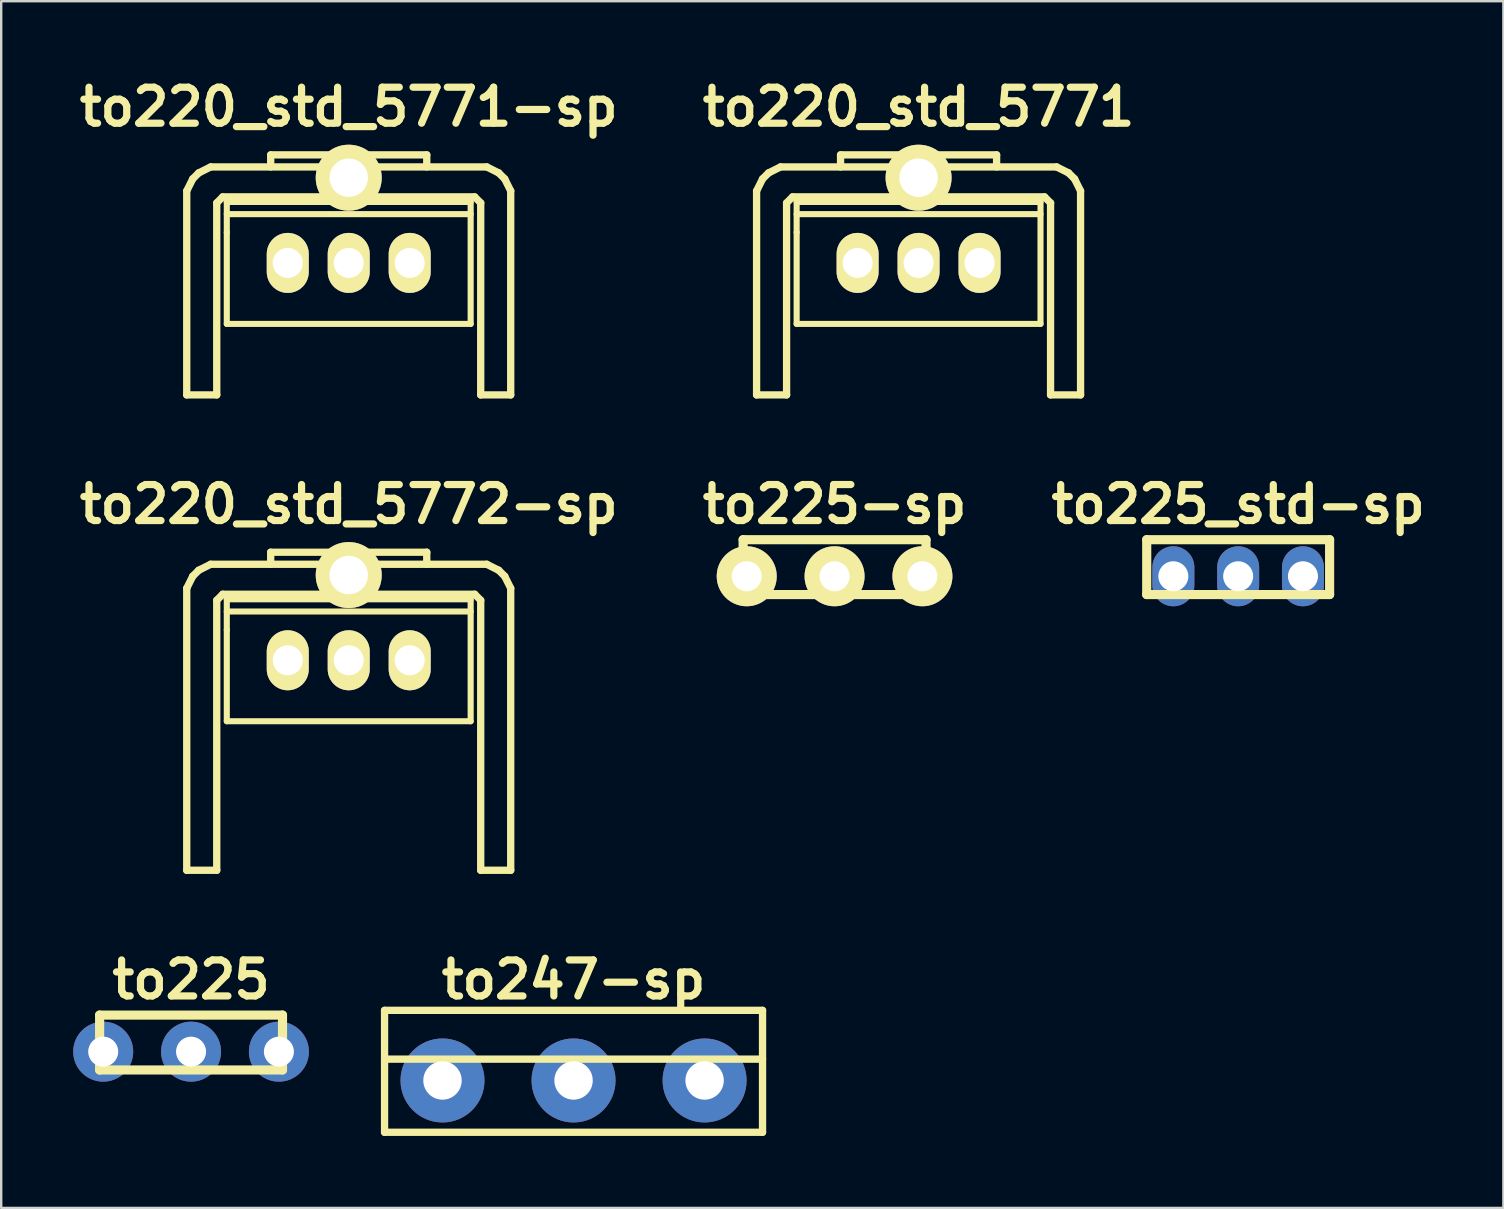
<source format=kicad_pcb>
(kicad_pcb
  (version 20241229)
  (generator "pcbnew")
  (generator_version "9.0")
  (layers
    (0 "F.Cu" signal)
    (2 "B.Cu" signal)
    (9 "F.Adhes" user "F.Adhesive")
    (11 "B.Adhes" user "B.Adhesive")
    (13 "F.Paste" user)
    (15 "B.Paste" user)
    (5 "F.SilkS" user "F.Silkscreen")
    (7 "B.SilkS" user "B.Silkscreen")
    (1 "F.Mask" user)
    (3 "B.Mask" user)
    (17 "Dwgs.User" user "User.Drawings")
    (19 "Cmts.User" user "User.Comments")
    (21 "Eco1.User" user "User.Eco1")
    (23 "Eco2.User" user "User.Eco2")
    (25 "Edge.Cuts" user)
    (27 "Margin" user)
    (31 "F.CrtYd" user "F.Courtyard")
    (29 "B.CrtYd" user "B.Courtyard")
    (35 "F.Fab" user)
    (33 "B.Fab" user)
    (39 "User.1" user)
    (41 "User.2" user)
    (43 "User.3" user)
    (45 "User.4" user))
  (footprint "to220_std_5771-sp"
    (layer "F.Cu")
    (at 11.479 7.904)
    (property "Reference" "to220_std_5771-sp" (at 0 -6.5 0) (layer "F.SilkS") (effects (font (size 1.5 1.5) (thickness 0.3))))
    (attr through_hole)
    (fp_line (start -6.749 -3) (end -6.749 5.499) (stroke (width 0.305) (type solid)) (layer "F.SilkS"))
    (fp_line (start -6.749 -3) (end -6.5 -3.5) (stroke (width 0.305) (type solid)) (layer "F.SilkS"))
    (fp_line (start -6.5 -3.5) (end -6.251 -3.749) (stroke (width 0.305) (type solid)) (layer "F.SilkS"))
    (fp_line (start -6.251 -3.749) (end -5.751 -4) (stroke (width 0.305) (type solid)) (layer "F.SilkS"))
    (fp_line (start -5.499 -2.499) (end -5.25 -2.751) (stroke (width 0.305) (type solid)) (layer "F.SilkS"))
    (fp_line (start -5.499 5.499) (end -6.749 5.499) (stroke (width 0.305) (type solid)) (layer "F.SilkS"))
    (fp_line (start -5.499 5.499) (end -5.499 -2.499) (stroke (width 0.305) (type solid)) (layer "F.SilkS"))
    (fp_line (start -5.25 -2.751) (end 5.25 -2.751) (stroke (width 0.305) (type solid)) (layer "F.SilkS"))
    (fp_line (start -5.08 -2.54) (end -5.08 -1.27) (stroke (width 0.254) (type solid)) (layer "F.SilkS"))
    (fp_line (start -5.08 -2.032) (end 5.08 -2.032) (stroke (width 0.254) (type solid)) (layer "F.SilkS"))
    (fp_line (start -5.08 -1.27) (end -5.08 2.54) (stroke (width 0.254) (type solid)) (layer "F.SilkS"))
    (fp_line (start -5.08 2.54) (end 5.08 2.54) (stroke (width 0.254) (type solid)) (layer "F.SilkS"))
    (fp_line (start -3.251 -4.501) (end 3.251 -4.501) (stroke (width 0.305) (type solid)) (layer "F.SilkS"))
    (fp_line (start -3.251 -4) (end -3.251 -4.501) (stroke (width 0.305) (type solid)) (layer "F.SilkS"))
    (fp_line (start 3.251 -4.501) (end 3.251 -4) (stroke (width 0.305) (type solid)) (layer "F.SilkS"))
    (fp_line (start 5.08 -2.54) (end -5.08 -2.54) (stroke (width 0.254) (type solid)) (layer "F.SilkS"))
    (fp_line (start 5.08 2.54) (end 5.08 -2.54) (stroke (width 0.254) (type solid)) (layer "F.SilkS"))
    (fp_line (start 5.25 -2.751) (end 5.499 -2.499) (stroke (width 0.305) (type solid)) (layer "F.SilkS"))
    (fp_line (start 5.499 5.499) (end 5.499 -2.499) (stroke (width 0.305) (type solid)) (layer "F.SilkS"))
    (fp_line (start 5.751 -4) (end -5.751 -4) (stroke (width 0.305) (type solid)) (layer "F.SilkS"))
    (fp_line (start 5.751 -4) (end 6.251 -3.749) (stroke (width 0.305) (type solid)) (layer "F.SilkS"))
    (fp_line (start 6.251 -3.749) (end 6.5 -3.5) (stroke (width 0.305) (type solid)) (layer "F.SilkS"))
    (fp_line (start 6.5 -3.5) (end 6.749 -3) (stroke (width 0.305) (type solid)) (layer "F.SilkS"))
    (fp_line (start 6.749 -3) (end 6.749 5.499) (stroke (width 0.305) (type solid)) (layer "F.SilkS"))
    (fp_line (start 6.749 5.499) (end 5.499 5.499) (stroke (width 0.305) (type solid)) (layer "F.SilkS"))
    (pad "" thru_hole circle (at 0 -3.55) (size 2.75 2.75) (drill 1.6) (layers "*.Cu" "*.Mask" "F.SilkS"))
    (pad "1" thru_hole oval (at -2.54 0) (size 1.75 2.5) (drill 1.25) (layers "*.Cu" "*.Mask" "F.SilkS"))
    (pad "2" thru_hole oval (at 0 0) (size 1.75 2.5) (drill 1.25) (layers "*.Cu" "*.Mask" "F.SilkS"))
    (pad "3" thru_hole oval (at 2.54 0) (size 1.75 2.5) (drill 1.25) (layers "*.Cu" "*.Mask" "F.SilkS")))
  (footprint "to225_std-sp"
    (layer "F.Cu")
    (at 48.536 20.959)
    (property "Reference" "to225_std-sp" (at 0 -3 0) (layer "F.SilkS") (effects (font (size 1.5 1.5) (thickness 0.3))))
    (attr through_hole)
    (fp_line (start -3.81 -1.524) (end 3.81 -1.524) (stroke (width 0.381) (type solid)) (layer "F.SilkS"))
    (fp_line (start -3.81 0.762) (end -3.81 -1.524) (stroke (width 0.381) (type solid)) (layer "F.SilkS"))
    (fp_line (start 3.81 -1.524) (end 3.81 0.762) (stroke (width 0.381) (type solid)) (layer "F.SilkS"))
    (fp_line (start 3.81 0.762) (end -3.81 0.762) (stroke (width 0.381) (type solid)) (layer "F.SilkS"))
    (pad "1" thru_hole oval (at -2.7 0) (size 1.75 2.5) (drill 1.25) (layers "*.Cu" "*.Mask"))
    (pad "2" thru_hole oval (at 0 0) (size 1.75 2.5) (drill 1.25) (layers "*.Cu" "*.Mask"))
    (pad "3" thru_hole oval (at 2.7 0) (size 1.75 2.5) (drill 1.25) (layers "*.Cu" "*.Mask")))
  (footprint "to220_std_5772-sp"
    (layer "F.Cu")
    (at 11.479 24.459)
    (property "Reference" "to220_std_5772-sp" (at 0 -6.5 0) (layer "F.SilkS") (effects (font (size 1.5 1.5) (thickness 0.3))))
    (attr through_hole)
    (fp_line (start -6.749 -3) (end -6.749 8.75) (stroke (width 0.305) (type solid)) (layer "F.SilkS"))
    (fp_line (start -6.749 -3) (end -6.5 -3.5) (stroke (width 0.305) (type solid)) (layer "F.SilkS"))
    (fp_line (start -6.5 -3.5) (end -6.251 -3.749) (stroke (width 0.305) (type solid)) (layer "F.SilkS"))
    (fp_line (start -6.251 -3.749) (end -5.751 -4) (stroke (width 0.305) (type solid)) (layer "F.SilkS"))
    (fp_line (start -5.499 -2.499) (end -5.25 -2.751) (stroke (width 0.305) (type solid)) (layer "F.SilkS"))
    (fp_line (start -5.499 8.75) (end -6.749 8.75) (stroke (width 0.305) (type solid)) (layer "F.SilkS"))
    (fp_line (start -5.499 8.75) (end -5.499 -2.499) (stroke (width 0.305) (type solid)) (layer "F.SilkS"))
    (fp_line (start -5.25 -2.751) (end 5.25 -2.751) (stroke (width 0.305) (type solid)) (layer "F.SilkS"))
    (fp_line (start -5.08 -2.54) (end -5.08 -1.27) (stroke (width 0.254) (type solid)) (layer "F.SilkS"))
    (fp_line (start -5.08 -2.032) (end 5.08 -2.032) (stroke (width 0.254) (type solid)) (layer "F.SilkS"))
    (fp_line (start -5.08 -1.27) (end -5.08 2.54) (stroke (width 0.254) (type solid)) (layer "F.SilkS"))
    (fp_line (start -5.08 2.54) (end 5.08 2.54) (stroke (width 0.254) (type solid)) (layer "F.SilkS"))
    (fp_line (start -3.251 -4.501) (end 3.251 -4.501) (stroke (width 0.305) (type solid)) (layer "F.SilkS"))
    (fp_line (start -3.251 -4) (end -3.251 -4.501) (stroke (width 0.305) (type solid)) (layer "F.SilkS"))
    (fp_line (start 3.251 -4.501) (end 3.251 -4) (stroke (width 0.305) (type solid)) (layer "F.SilkS"))
    (fp_line (start 5.08 -2.54) (end -5.08 -2.54) (stroke (width 0.254) (type solid)) (layer "F.SilkS"))
    (fp_line (start 5.08 2.54) (end 5.08 -2.54) (stroke (width 0.254) (type solid)) (layer "F.SilkS"))
    (fp_line (start 5.25 -2.751) (end 5.499 -2.499) (stroke (width 0.305) (type solid)) (layer "F.SilkS"))
    (fp_line (start 5.499 -2.499) (end 5.499 8.75) (stroke (width 0.305) (type solid)) (layer "F.SilkS"))
    (fp_line (start 5.751 -4) (end -5.751 -4) (stroke (width 0.305) (type solid)) (layer "F.SilkS"))
    (fp_line (start 5.751 -4) (end 6.251 -3.749) (stroke (width 0.305) (type solid)) (layer "F.SilkS"))
    (fp_line (start 6.251 -3.749) (end 6.5 -3.5) (stroke (width 0.305) (type solid)) (layer "F.SilkS"))
    (fp_line (start 6.5 -3.5) (end 6.749 -3) (stroke (width 0.305) (type solid)) (layer "F.SilkS"))
    (fp_line (start 6.749 -3) (end 6.749 8.75) (stroke (width 0.305) (type solid)) (layer "F.SilkS"))
    (fp_line (start 6.749 8.75) (end 5.499 8.75) (stroke (width 0.305) (type solid)) (layer "F.SilkS"))
    (pad "" thru_hole circle (at 0 -3.55) (size 2.75 2.75) (drill 1.6) (layers "*.Cu" "*.Mask" "F.SilkS"))
    (pad "1" thru_hole oval (at -2.54 0) (size 1.75 2.5) (drill 1.25) (layers "*.Cu" "*.Mask" "F.SilkS"))
    (pad "2" thru_hole oval (at 0 0) (size 1.75 2.5) (drill 1.25) (layers "*.Cu" "*.Mask" "F.SilkS"))
    (pad "3" thru_hole oval (at 2.54 0) (size 1.75 2.5) (drill 1.25) (layers "*.Cu" "*.Mask" "F.SilkS")))
  (footprint "to225-sp"
    (layer "F.Cu")
    (at 31.721 20.959)
    (property "Reference" "to225-sp" (at 0 -3 0) (layer "F.SilkS") (effects (font (size 1.5 1.5) (thickness 0.3))))
    (attr through_hole)
    (fp_line (start -3.81 -1.524) (end 3.81 -1.524) (stroke (width 0.381) (type solid)) (layer "F.SilkS"))
    (fp_line (start -3.81 0.762) (end -3.81 -1.524) (stroke (width 0.381) (type solid)) (layer "F.SilkS"))
    (fp_line (start 3.81 -1.524) (end 3.81 0.762) (stroke (width 0.381) (type solid)) (layer "F.SilkS"))
    (fp_line (start 3.81 0.762) (end -3.81 0.762) (stroke (width 0.381) (type solid)) (layer "F.SilkS"))
    (pad "1" thru_hole circle (at -3.66 0) (size 2.5 2.5) (drill 1.25) (layers "*.Cu" "*.Mask" "F.SilkS"))
    (pad "2" thru_hole circle (at 0 0) (size 2.5 2.5) (drill 1.25) (layers "*.Cu" "*.Mask" "F.SilkS"))
    (pad "3" thru_hole circle (at 3.66 0) (size 2.5 2.5) (drill 1.25) (layers "*.Cu" "*.Mask" "F.SilkS")))
  (footprint "to247-sp"
    (layer "F.Cu")
    (at 20.846 41.966)
    (property "Reference" "to247-sp" (at 0 -4.2 0) (layer "F.SilkS") (effects (font (size 1.5 1.5) (thickness 0.3))))
    (attr through_hole)
    (fp_line (start -7.874 -2.921) (end -7.874 2.159) (stroke (width 0.305) (type solid)) (layer "F.SilkS"))
    (fp_line (start -7.874 2.159) (end 7.874 2.159) (stroke (width 0.305) (type solid)) (layer "F.SilkS"))
    (fp_line (start 7.874 -2.921) (end -7.874 -2.921) (stroke (width 0.305) (type solid)) (layer "F.SilkS"))
    (fp_line (start 7.874 -0.889) (end -7.874 -0.889) (stroke (width 0.305) (type solid)) (layer "F.SilkS"))
    (fp_line (start 7.874 2.159) (end 7.874 -2.921) (stroke (width 0.305) (type solid)) (layer "F.SilkS"))
    (pad "1" thru_hole circle (at -5.46 0) (size 3.5 3.5) (drill 1.6) (layers "*.Cu" "*.Mask"))
    (pad "2" thru_hole circle (at 0 0) (size 3.5 3.5) (drill 1.6) (layers "*.Cu" "*.Mask"))
    (pad "3" thru_hole circle (at 5.46 0) (size 3.5 3.5) (drill 1.6) (layers "*.Cu" "*.Mask")))
  (footprint "to220_std_5771"
    (layer "F.Cu")
    (at 35.221 7.904)
    (property "Reference" "to220_std_5771" (at 0 -6.5 0) (layer "F.SilkS") (effects (font (size 1.5 1.5) (thickness 0.3))))
    (attr through_hole)
    (fp_line (start -6.749 -3) (end -6.749 5.499) (stroke (width 0.305) (type solid)) (layer "F.SilkS"))
    (fp_line (start -6.749 -3) (end -6.5 -3.5) (stroke (width 0.305) (type solid)) (layer "F.SilkS"))
    (fp_line (start -6.5 -3.5) (end -6.251 -3.749) (stroke (width 0.305) (type solid)) (layer "F.SilkS"))
    (fp_line (start -6.251 -3.749) (end -5.751 -4) (stroke (width 0.305) (type solid)) (layer "F.SilkS"))
    (fp_line (start -5.499 -2.499) (end -5.25 -2.751) (stroke (width 0.305) (type solid)) (layer "F.SilkS"))
    (fp_line (start -5.499 5.499) (end -6.749 5.499) (stroke (width 0.305) (type solid)) (layer "F.SilkS"))
    (fp_line (start -5.499 5.499) (end -5.499 -2.499) (stroke (width 0.305) (type solid)) (layer "F.SilkS"))
    (fp_line (start -5.25 -2.751) (end 5.25 -2.751) (stroke (width 0.305) (type solid)) (layer "F.SilkS"))
    (fp_line (start -5.08 -2.54) (end -5.08 -1.27) (stroke (width 0.254) (type solid)) (layer "F.SilkS"))
    (fp_line (start -5.08 -2.032) (end 5.08 -2.032) (stroke (width 0.254) (type solid)) (layer "F.SilkS"))
    (fp_line (start -5.08 -1.27) (end -5.08 2.54) (stroke (width 0.254) (type solid)) (layer "F.SilkS"))
    (fp_line (start -5.08 2.54) (end 5.08 2.54) (stroke (width 0.254) (type solid)) (layer "F.SilkS"))
    (fp_line (start -3.251 -4.501) (end 3.251 -4.501) (stroke (width 0.305) (type solid)) (layer "F.SilkS"))
    (fp_line (start -3.251 -4) (end -3.251 -4.501) (stroke (width 0.305) (type solid)) (layer "F.SilkS"))
    (fp_line (start 3.251 -4.501) (end 3.251 -4) (stroke (width 0.305) (type solid)) (layer "F.SilkS"))
    (fp_line (start 5.08 -2.54) (end -5.08 -2.54) (stroke (width 0.254) (type solid)) (layer "F.SilkS"))
    (fp_line (start 5.08 2.54) (end 5.08 -2.54) (stroke (width 0.254) (type solid)) (layer "F.SilkS"))
    (fp_line (start 5.25 -2.751) (end 5.499 -2.499) (stroke (width 0.305) (type solid)) (layer "F.SilkS"))
    (fp_line (start 5.499 5.499) (end 5.499 -2.499) (stroke (width 0.305) (type solid)) (layer "F.SilkS"))
    (fp_line (start 5.751 -4) (end -5.751 -4) (stroke (width 0.305) (type solid)) (layer "F.SilkS"))
    (fp_line (start 5.751 -4) (end 6.251 -3.749) (stroke (width 0.305) (type solid)) (layer "F.SilkS"))
    (fp_line (start 6.251 -3.749) (end 6.5 -3.5) (stroke (width 0.305) (type solid)) (layer "F.SilkS"))
    (fp_line (start 6.5 -3.5) (end 6.749 -3) (stroke (width 0.305) (type solid)) (layer "F.SilkS"))
    (fp_line (start 6.749 -3) (end 6.749 5.499) (stroke (width 0.305) (type solid)) (layer "F.SilkS"))
    (fp_line (start 6.749 5.499) (end 5.499 5.499) (stroke (width 0.305) (type solid)) (layer "F.SilkS"))
    (pad "" thru_hole circle (at 0 -3.55) (size 2.75 2.75) (drill 1.6) (layers "*.Cu" "*.Mask" "F.SilkS"))
    (pad "1" thru_hole oval (at 2.54 0) (size 1.75 2.5) (drill 1.25) (layers "*.Cu" "*.Mask" "F.SilkS"))
    (pad "2" thru_hole oval (at 0 0) (size 1.75 2.5) (drill 1.25) (layers "*.Cu" "*.Mask" "F.SilkS"))
    (pad "3" thru_hole oval (at -2.54 0) (size 1.75 2.5) (drill 1.25) (layers "*.Cu" "*.Mask" "F.SilkS")))
  (footprint "to225"
    (layer "F.Cu")
    (at 4.91 40.766)
    (property "Reference" "to225" (at 0 -3 0) (layer "F.SilkS") (effects (font (size 1.5 1.5) (thickness 0.3))))
    (attr through_hole)
    (fp_line (start -3.81 -1.524) (end 3.81 -1.524) (stroke (width 0.381) (type solid)) (layer "F.SilkS"))
    (fp_line (start -3.81 0.762) (end -3.81 -1.524) (stroke (width 0.381) (type solid)) (layer "F.SilkS"))
    (fp_line (start 3.81 -1.524) (end 3.81 0.762) (stroke (width 0.381) (type solid)) (layer "F.SilkS"))
    (fp_line (start 3.81 0.762) (end -3.81 0.762) (stroke (width 0.381) (type solid)) (layer "F.SilkS"))
    (pad "1" thru_hole circle (at 3.66 0) (size 2.5 2.5) (drill 1.25) (layers "*.Cu" "*.Mask"))
    (pad "2" thru_hole circle (at 0 0) (size 2.5 2.5) (drill 1.25) (layers "*.Cu" "*.Mask"))
    (pad "3" thru_hole circle (at -3.66 0) (size 2.5 2.5) (drill 1.25) (layers "*.Cu" "*.Mask")))
  (gr_rect
    (start -3 -3)
    (end 59.586 47.278)
    (stroke (width 0.1) (type default))
    (fill no)
    (layer "Edge.Cuts")))
</source>
